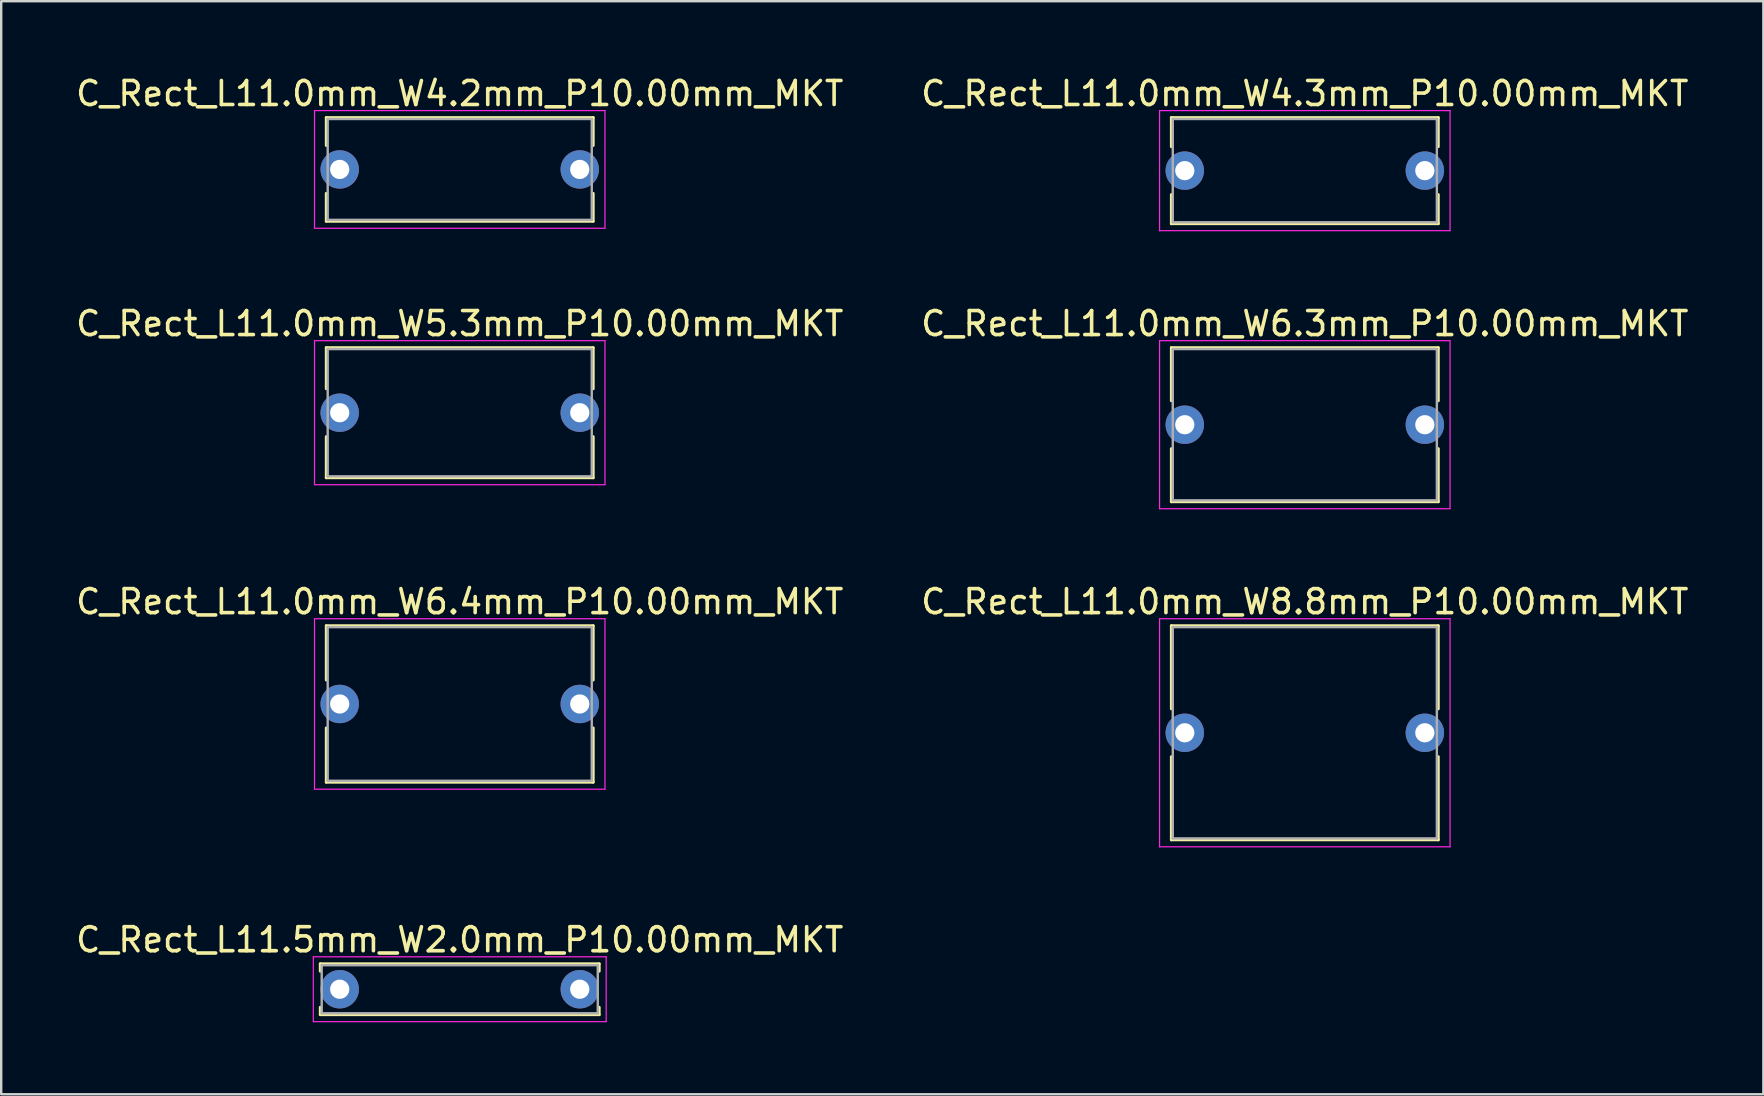
<source format=kicad_pcb>
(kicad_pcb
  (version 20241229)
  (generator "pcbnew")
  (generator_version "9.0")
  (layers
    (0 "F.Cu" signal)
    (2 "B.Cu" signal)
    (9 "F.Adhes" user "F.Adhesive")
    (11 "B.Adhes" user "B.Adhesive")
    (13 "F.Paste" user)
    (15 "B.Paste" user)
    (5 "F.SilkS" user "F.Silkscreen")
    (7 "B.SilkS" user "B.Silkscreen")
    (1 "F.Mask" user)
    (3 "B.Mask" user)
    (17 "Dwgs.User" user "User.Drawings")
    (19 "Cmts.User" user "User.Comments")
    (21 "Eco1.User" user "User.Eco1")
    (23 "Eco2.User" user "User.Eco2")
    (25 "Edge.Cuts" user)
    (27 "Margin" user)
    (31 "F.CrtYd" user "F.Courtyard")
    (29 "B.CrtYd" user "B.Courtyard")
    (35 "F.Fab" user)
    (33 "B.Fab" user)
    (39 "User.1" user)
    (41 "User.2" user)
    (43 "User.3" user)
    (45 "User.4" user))
  (footprint "C_Rect_L11.0mm_W4.2mm_P10.00mm_MKT"
    (layer "F.Cu")
    (at 11.101 4.008)
    (property "Reference" "C_Rect_L11.0mm_W4.2mm_P10.00mm_MKT" (at 5 -3.16 0) (layer "F.SilkS") (effects (font (size 1 1) (thickness 0.15))))
    (attr through_hole)
    (fp_line (start -0.56 -2.16) (end -0.56 -0.996) (stroke (width 0.12) (type solid)) (layer "F.SilkS"))
    (fp_line (start -0.56 -2.16) (end 10.56 -2.16) (stroke (width 0.12) (type solid)) (layer "F.SilkS"))
    (fp_line (start -0.56 0.996) (end -0.56 2.16) (stroke (width 0.12) (type solid)) (layer "F.SilkS"))
    (fp_line (start -0.56 2.16) (end 10.56 2.16) (stroke (width 0.12) (type solid)) (layer "F.SilkS"))
    (fp_line (start 10.56 -2.16) (end 10.56 -0.996) (stroke (width 0.12) (type solid)) (layer "F.SilkS"))
    (fp_line (start 10.56 0.996) (end 10.56 2.16) (stroke (width 0.12) (type solid)) (layer "F.SilkS"))
    (fp_line (start -1.05 -2.45) (end -1.05 2.45) (stroke (width 0.05) (type solid)) (layer "F.CrtYd"))
    (fp_line (start -1.05 2.45) (end 11.05 2.45) (stroke (width 0.05) (type solid)) (layer "F.CrtYd"))
    (fp_line (start 11.05 -2.45) (end -1.05 -2.45) (stroke (width 0.05) (type solid)) (layer "F.CrtYd"))
    (fp_line (start 11.05 2.45) (end 11.05 -2.45) (stroke (width 0.05) (type solid)) (layer "F.CrtYd"))
    (fp_line (start -0.5 -2.1) (end -0.5 2.1) (stroke (width 0.1) (type solid)) (layer "F.Fab"))
    (fp_line (start -0.5 2.1) (end 10.5 2.1) (stroke (width 0.1) (type solid)) (layer "F.Fab"))
    (fp_line (start 10.5 -2.1) (end -0.5 -2.1) (stroke (width 0.1) (type solid)) (layer "F.Fab"))
    (fp_line (start 10.5 2.1) (end 10.5 -2.1) (stroke (width 0.1) (type solid)) (layer "F.Fab"))
    (pad "1" thru_hole circle (at 0 0) (size 1.6 1.6) (drill 0.8) (layers "*.Cu" "*.Mask"))
    (pad "2" thru_hole circle (at 10 0) (size 1.6 1.6) (drill 0.8) (layers "*.Cu" "*.Mask")))
  (footprint "C_Rect_L11.0mm_W6.3mm_P10.00mm_MKT"
    (layer "F.Cu")
    (at 46.304 14.642)
    (property "Reference" "C_Rect_L11.0mm_W6.3mm_P10.00mm_MKT" (at 5 -4.21 0) (layer "F.SilkS") (effects (font (size 1 1) (thickness 0.15))))
    (attr through_hole)
    (fp_line (start -0.56 -3.21) (end -0.56 -0.996) (stroke (width 0.12) (type solid)) (layer "F.SilkS"))
    (fp_line (start -0.56 -3.21) (end 10.56 -3.21) (stroke (width 0.12) (type solid)) (layer "F.SilkS"))
    (fp_line (start -0.56 0.996) (end -0.56 3.21) (stroke (width 0.12) (type solid)) (layer "F.SilkS"))
    (fp_line (start -0.56 3.21) (end 10.56 3.21) (stroke (width 0.12) (type solid)) (layer "F.SilkS"))
    (fp_line (start 10.56 -3.21) (end 10.56 -0.996) (stroke (width 0.12) (type solid)) (layer "F.SilkS"))
    (fp_line (start 10.56 0.996) (end 10.56 3.21) (stroke (width 0.12) (type solid)) (layer "F.SilkS"))
    (fp_line (start -1.05 -3.5) (end -1.05 3.5) (stroke (width 0.05) (type solid)) (layer "F.CrtYd"))
    (fp_line (start -1.05 3.5) (end 11.05 3.5) (stroke (width 0.05) (type solid)) (layer "F.CrtYd"))
    (fp_line (start 11.05 -3.5) (end -1.05 -3.5) (stroke (width 0.05) (type solid)) (layer "F.CrtYd"))
    (fp_line (start 11.05 3.5) (end 11.05 -3.5) (stroke (width 0.05) (type solid)) (layer "F.CrtYd"))
    (fp_line (start -0.5 -3.15) (end -0.5 3.15) (stroke (width 0.1) (type solid)) (layer "F.Fab"))
    (fp_line (start -0.5 3.15) (end 10.5 3.15) (stroke (width 0.1) (type solid)) (layer "F.Fab"))
    (fp_line (start 10.5 -3.15) (end -0.5 -3.15) (stroke (width 0.1) (type solid)) (layer "F.Fab"))
    (fp_line (start 10.5 3.15) (end 10.5 -3.15) (stroke (width 0.1) (type solid)) (layer "F.Fab"))
    (pad "1" thru_hole circle (at 0 0) (size 1.6 1.6) (drill 0.8) (layers "*.Cu" "*.Mask"))
    (pad "2" thru_hole circle (at 10 0) (size 1.6 1.6) (drill 0.8) (layers "*.Cu" "*.Mask")))
  (footprint "C_Rect_L11.0mm_W5.3mm_P10.00mm_MKT"
    (layer "F.Cu")
    (at 11.101 14.142)
    (property "Reference" "C_Rect_L11.0mm_W5.3mm_P10.00mm_MKT" (at 5 -3.71 0) (layer "F.SilkS") (effects (font (size 1 1) (thickness 0.15))))
    (attr through_hole)
    (fp_line (start -0.56 -2.71) (end -0.56 -0.996) (stroke (width 0.12) (type solid)) (layer "F.SilkS"))
    (fp_line (start -0.56 -2.71) (end 10.56 -2.71) (stroke (width 0.12) (type solid)) (layer "F.SilkS"))
    (fp_line (start -0.56 0.996) (end -0.56 2.71) (stroke (width 0.12) (type solid)) (layer "F.SilkS"))
    (fp_line (start -0.56 2.71) (end 10.56 2.71) (stroke (width 0.12) (type solid)) (layer "F.SilkS"))
    (fp_line (start 10.56 -2.71) (end 10.56 -0.996) (stroke (width 0.12) (type solid)) (layer "F.SilkS"))
    (fp_line (start 10.56 0.996) (end 10.56 2.71) (stroke (width 0.12) (type solid)) (layer "F.SilkS"))
    (fp_line (start -1.05 -3) (end -1.05 3) (stroke (width 0.05) (type solid)) (layer "F.CrtYd"))
    (fp_line (start -1.05 3) (end 11.05 3) (stroke (width 0.05) (type solid)) (layer "F.CrtYd"))
    (fp_line (start 11.05 -3) (end -1.05 -3) (stroke (width 0.05) (type solid)) (layer "F.CrtYd"))
    (fp_line (start 11.05 3) (end 11.05 -3) (stroke (width 0.05) (type solid)) (layer "F.CrtYd"))
    (fp_line (start -0.5 -2.65) (end -0.5 2.65) (stroke (width 0.1) (type solid)) (layer "F.Fab"))
    (fp_line (start -0.5 2.65) (end 10.5 2.65) (stroke (width 0.1) (type solid)) (layer "F.Fab"))
    (fp_line (start 10.5 -2.65) (end -0.5 -2.65) (stroke (width 0.1) (type solid)) (layer "F.Fab"))
    (fp_line (start 10.5 2.65) (end 10.5 -2.65) (stroke (width 0.1) (type solid)) (layer "F.Fab"))
    (pad "1" thru_hole circle (at 0 0) (size 1.6 1.6) (drill 0.8) (layers "*.Cu" "*.Mask"))
    (pad "2" thru_hole circle (at 10 0) (size 1.6 1.6) (drill 0.8) (layers "*.Cu" "*.Mask")))
  (footprint "C_Rect_L11.0mm_W8.8mm_P10.00mm_MKT"
    (layer "F.Cu")
    (at 46.304 27.475)
    (property "Reference" "C_Rect_L11.0mm_W8.8mm_P10.00mm_MKT" (at 5 -5.46 0) (layer "F.SilkS") (effects (font (size 1 1) (thickness 0.15))))
    (attr through_hole)
    (fp_line (start -0.56 -4.46) (end -0.56 -0.996) (stroke (width 0.12) (type solid)) (layer "F.SilkS"))
    (fp_line (start -0.56 -4.46) (end 10.56 -4.46) (stroke (width 0.12) (type solid)) (layer "F.SilkS"))
    (fp_line (start -0.56 0.996) (end -0.56 4.46) (stroke (width 0.12) (type solid)) (layer "F.SilkS"))
    (fp_line (start -0.56 4.46) (end 10.56 4.46) (stroke (width 0.12) (type solid)) (layer "F.SilkS"))
    (fp_line (start 10.56 -4.46) (end 10.56 -0.996) (stroke (width 0.12) (type solid)) (layer "F.SilkS"))
    (fp_line (start 10.56 0.996) (end 10.56 4.46) (stroke (width 0.12) (type solid)) (layer "F.SilkS"))
    (fp_line (start -1.05 -4.75) (end -1.05 4.75) (stroke (width 0.05) (type solid)) (layer "F.CrtYd"))
    (fp_line (start -1.05 4.75) (end 11.05 4.75) (stroke (width 0.05) (type solid)) (layer "F.CrtYd"))
    (fp_line (start 11.05 -4.75) (end -1.05 -4.75) (stroke (width 0.05) (type solid)) (layer "F.CrtYd"))
    (fp_line (start 11.05 4.75) (end 11.05 -4.75) (stroke (width 0.05) (type solid)) (layer "F.CrtYd"))
    (fp_line (start -0.5 -4.4) (end -0.5 4.4) (stroke (width 0.1) (type solid)) (layer "F.Fab"))
    (fp_line (start -0.5 4.4) (end 10.5 4.4) (stroke (width 0.1) (type solid)) (layer "F.Fab"))
    (fp_line (start 10.5 -4.4) (end -0.5 -4.4) (stroke (width 0.1) (type solid)) (layer "F.Fab"))
    (fp_line (start 10.5 4.4) (end 10.5 -4.4) (stroke (width 0.1) (type solid)) (layer "F.Fab"))
    (pad "1" thru_hole circle (at 0 0) (size 1.6 1.6) (drill 0.8) (layers "*.Cu" "*.Mask"))
    (pad "2" thru_hole circle (at 10 0) (size 1.6 1.6) (drill 0.8) (layers "*.Cu" "*.Mask")))
  (footprint "C_Rect_L11.0mm_W4.3mm_P10.00mm_MKT"
    (layer "F.Cu")
    (at 46.304 4.058)
    (property "Reference" "C_Rect_L11.0mm_W4.3mm_P10.00mm_MKT" (at 5 -3.21 0) (layer "F.SilkS") (effects (font (size 1 1) (thickness 0.15))))
    (attr through_hole)
    (fp_line (start -0.56 -2.21) (end -0.56 -0.996) (stroke (width 0.12) (type solid)) (layer "F.SilkS"))
    (fp_line (start -0.56 -2.21) (end 10.56 -2.21) (stroke (width 0.12) (type solid)) (layer "F.SilkS"))
    (fp_line (start -0.56 0.996) (end -0.56 2.21) (stroke (width 0.12) (type solid)) (layer "F.SilkS"))
    (fp_line (start -0.56 2.21) (end 10.56 2.21) (stroke (width 0.12) (type solid)) (layer "F.SilkS"))
    (fp_line (start 10.56 -2.21) (end 10.56 -0.996) (stroke (width 0.12) (type solid)) (layer "F.SilkS"))
    (fp_line (start 10.56 0.996) (end 10.56 2.21) (stroke (width 0.12) (type solid)) (layer "F.SilkS"))
    (fp_line (start -1.05 -2.5) (end -1.05 2.5) (stroke (width 0.05) (type solid)) (layer "F.CrtYd"))
    (fp_line (start -1.05 2.5) (end 11.05 2.5) (stroke (width 0.05) (type solid)) (layer "F.CrtYd"))
    (fp_line (start 11.05 -2.5) (end -1.05 -2.5) (stroke (width 0.05) (type solid)) (layer "F.CrtYd"))
    (fp_line (start 11.05 2.5) (end 11.05 -2.5) (stroke (width 0.05) (type solid)) (layer "F.CrtYd"))
    (fp_line (start -0.5 -2.15) (end -0.5 2.15) (stroke (width 0.1) (type solid)) (layer "F.Fab"))
    (fp_line (start -0.5 2.15) (end 10.5 2.15) (stroke (width 0.1) (type solid)) (layer "F.Fab"))
    (fp_line (start 10.5 -2.15) (end -0.5 -2.15) (stroke (width 0.1) (type solid)) (layer "F.Fab"))
    (fp_line (start 10.5 2.15) (end 10.5 -2.15) (stroke (width 0.1) (type solid)) (layer "F.Fab"))
    (pad "1" thru_hole circle (at 0 0) (size 1.6 1.6) (drill 0.8) (layers "*.Cu" "*.Mask"))
    (pad "2" thru_hole circle (at 10 0) (size 1.6 1.6) (drill 0.8) (layers "*.Cu" "*.Mask")))
  (footprint "C_Rect_L11.0mm_W6.4mm_P10.00mm_MKT"
    (layer "F.Cu")
    (at 11.101 26.275)
    (property "Reference" "C_Rect_L11.0mm_W6.4mm_P10.00mm_MKT" (at 5 -4.26 0) (layer "F.SilkS") (effects (font (size 1 1) (thickness 0.15))))
    (attr through_hole)
    (fp_line (start -0.56 -3.26) (end -0.56 -0.996) (stroke (width 0.12) (type solid)) (layer "F.SilkS"))
    (fp_line (start -0.56 -3.26) (end 10.56 -3.26) (stroke (width 0.12) (type solid)) (layer "F.SilkS"))
    (fp_line (start -0.56 0.996) (end -0.56 3.26) (stroke (width 0.12) (type solid)) (layer "F.SilkS"))
    (fp_line (start -0.56 3.26) (end 10.56 3.26) (stroke (width 0.12) (type solid)) (layer "F.SilkS"))
    (fp_line (start 10.56 -3.26) (end 10.56 -0.996) (stroke (width 0.12) (type solid)) (layer "F.SilkS"))
    (fp_line (start 10.56 0.996) (end 10.56 3.26) (stroke (width 0.12) (type solid)) (layer "F.SilkS"))
    (fp_line (start -1.05 -3.55) (end -1.05 3.55) (stroke (width 0.05) (type solid)) (layer "F.CrtYd"))
    (fp_line (start -1.05 3.55) (end 11.05 3.55) (stroke (width 0.05) (type solid)) (layer "F.CrtYd"))
    (fp_line (start 11.05 -3.55) (end -1.05 -3.55) (stroke (width 0.05) (type solid)) (layer "F.CrtYd"))
    (fp_line (start 11.05 3.55) (end 11.05 -3.55) (stroke (width 0.05) (type solid)) (layer "F.CrtYd"))
    (fp_line (start -0.5 -3.2) (end -0.5 3.2) (stroke (width 0.1) (type solid)) (layer "F.Fab"))
    (fp_line (start -0.5 3.2) (end 10.5 3.2) (stroke (width 0.1) (type solid)) (layer "F.Fab"))
    (fp_line (start 10.5 -3.2) (end -0.5 -3.2) (stroke (width 0.1) (type solid)) (layer "F.Fab"))
    (fp_line (start 10.5 3.2) (end 10.5 -3.2) (stroke (width 0.1) (type solid)) (layer "F.Fab"))
    (pad "1" thru_hole circle (at 0 0) (size 1.6 1.6) (drill 0.8) (layers "*.Cu" "*.Mask"))
    (pad "2" thru_hole circle (at 10 0) (size 1.6 1.6) (drill 0.8) (layers "*.Cu" "*.Mask")))
  (footprint "C_Rect_L11.5mm_W2.0mm_P10.00mm_MKT"
    (layer "F.Cu")
    (at 11.101 38.158)
    (property "Reference" "C_Rect_L11.5mm_W2.0mm_P10.00mm_MKT" (at 5 -2.06 0) (layer "F.SilkS") (effects (font (size 1 1) (thickness 0.15))))
    (attr through_hole)
    (fp_line (start -0.81 -1.06) (end -0.81 -0.75) (stroke (width 0.12) (type solid)) (layer "F.SilkS"))
    (fp_line (start -0.81 -1.06) (end 10.81 -1.06) (stroke (width 0.12) (type solid)) (layer "F.SilkS"))
    (fp_line (start -0.81 0.75) (end -0.81 1.06) (stroke (width 0.12) (type solid)) (layer "F.SilkS"))
    (fp_line (start -0.81 1.06) (end 10.81 1.06) (stroke (width 0.12) (type solid)) (layer "F.SilkS"))
    (fp_line (start 10.81 -1.06) (end 10.81 -0.75) (stroke (width 0.12) (type solid)) (layer "F.SilkS"))
    (fp_line (start 10.81 0.75) (end 10.81 1.06) (stroke (width 0.12) (type solid)) (layer "F.SilkS"))
    (fp_line (start -1.1 -1.35) (end -1.1 1.35) (stroke (width 0.05) (type solid)) (layer "F.CrtYd"))
    (fp_line (start -1.1 1.35) (end 11.1 1.35) (stroke (width 0.05) (type solid)) (layer "F.CrtYd"))
    (fp_line (start 11.1 -1.35) (end -1.1 -1.35) (stroke (width 0.05) (type solid)) (layer "F.CrtYd"))
    (fp_line (start 11.1 1.35) (end 11.1 -1.35) (stroke (width 0.05) (type solid)) (layer "F.CrtYd"))
    (fp_line (start -0.75 -1) (end -0.75 1) (stroke (width 0.1) (type solid)) (layer "F.Fab"))
    (fp_line (start -0.75 1) (end 10.75 1) (stroke (width 0.1) (type solid)) (layer "F.Fab"))
    (fp_line (start 10.75 -1) (end -0.75 -1) (stroke (width 0.1) (type solid)) (layer "F.Fab"))
    (fp_line (start 10.75 1) (end 10.75 -1) (stroke (width 0.1) (type solid)) (layer "F.Fab"))
    (pad "1" thru_hole circle (at 0 0) (size 1.6 1.6) (drill 0.8) (layers "*.Cu" "*.Mask"))
    (pad "2" thru_hole circle (at 10 0) (size 1.6 1.6) (drill 0.8) (layers "*.Cu" "*.Mask")))
  (gr_rect
    (start -3 -3)
    (end 70.405 42.533)
    (stroke (width 0.1) (type default))
    (fill no)
    (layer "Edge.Cuts")))
</source>
